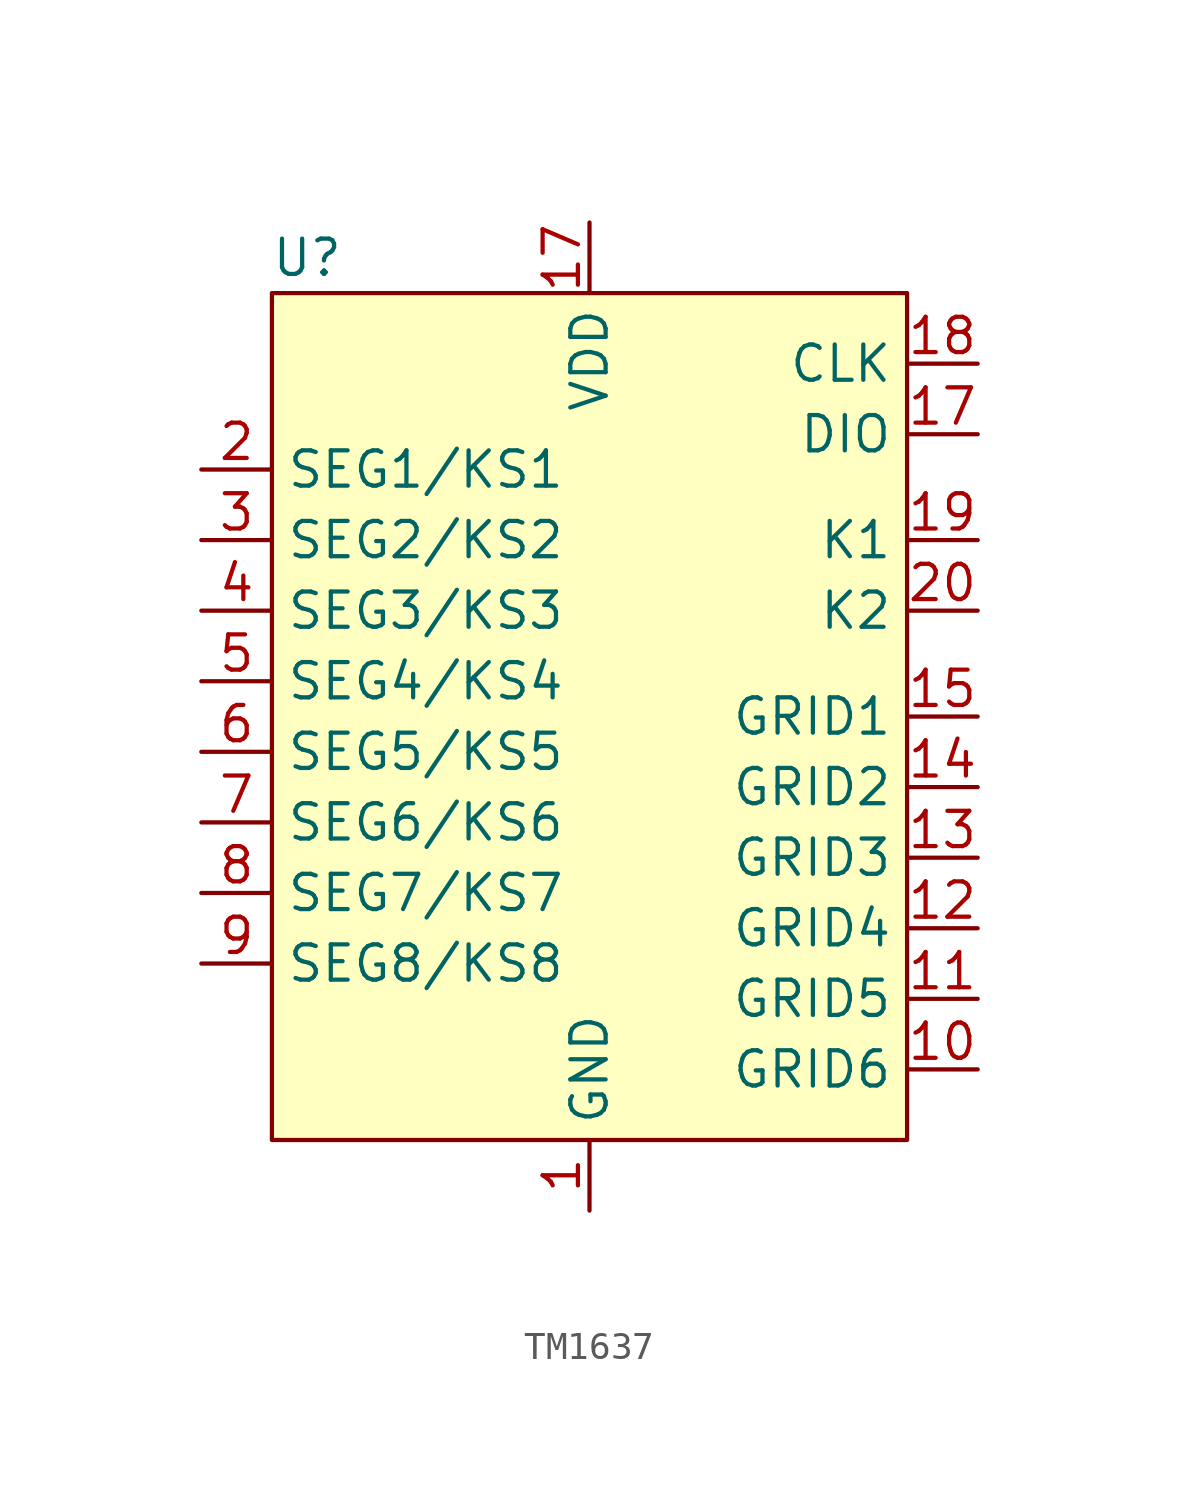
<source format=kicad_sym>
(kicad_symbol_lib
  (version 20220914)
  (generator kicad_symbol_editor)
  (symbol "TM1637"
    (property "Reference" "U"
      (at 1.27 1.27 0)
      (effects (font (size 1.27 1.27))))
    (property "Value" ""
      (at 1.27 2.54 0)
      (effects (font (size 1.27 1.27))))
    (symbol "TM1637_1_1"
      (rectangle (start 0 0) (end 22.86 -30.48) (stroke (width 0) (type default)) (fill (type background)))
      (pin power_in line (at 11.43 -33.02 90) (length 2.54) (name "GND" (effects (font (size 1.27 1.27)))) (number "1" (effects (font (size 1.27 1.27)))))
      (pin input line (at 25.4 -27.94 180) (length 2.54) (name "GRID6" (effects (font (size 1.27 1.27)))) (number "10" (effects (font (size 1.27 1.27)))))
      (pin input line (at 25.4 -25.4 180) (length 2.54) (name "GRID5" (effects (font (size 1.27 1.27)))) (number "11" (effects (font (size 1.27 1.27)))))
      (pin input line (at 25.4 -22.86 180) (length 2.54) (name "GRID4" (effects (font (size 1.27 1.27)))) (number "12" (effects (font (size 1.27 1.27)))))
      (pin input line (at 25.4 -20.32 180) (length 2.54) (name "GRID3" (effects (font (size 1.27 1.27)))) (number "13" (effects (font (size 1.27 1.27)))))
      (pin input line (at 25.4 -17.78 180) (length 2.54) (name "GRID2" (effects (font (size 1.27 1.27)))) (number "14" (effects (font (size 1.27 1.27)))))
      (pin input line (at 25.4 -15.24 180) (length 2.54) (name "GRID1" (effects (font (size 1.27 1.27)))) (number "15" (effects (font (size 1.27 1.27)))))
      (pin bidirectional line (at 25.4 -5.08 180) (length 2.54) (name "DIO" (effects (font (size 1.27 1.27)))) (number "17" (effects (font (size 1.27 1.27)))))
      (pin power_in line (at 11.43 2.54 270) (length 2.54) (name "VDD" (effects (font (size 1.27 1.27)))) (number "17" (effects (font (size 1.27 1.27)))))
      (pin input line (at 25.4 -2.54 180) (length 2.54) (name "CLK" (effects (font (size 1.27 1.27)))) (number "18" (effects (font (size 1.27 1.27)))))
      (pin output line (at 25.4 -8.89 180) (length 2.54) (name "K1" (effects (font (size 1.27 1.27)))) (number "19" (effects (font (size 1.27 1.27)))))
      (pin output line (at -2.54 -6.35 0) (length 2.54) (name "SEG1/KS1" (effects (font (size 1.27 1.27)))) (number "2" (effects (font (size 1.27 1.27)))))
      (pin output line (at 25.4 -11.43 180) (length 2.54) (name "K2" (effects (font (size 1.27 1.27)))) (number "20" (effects (font (size 1.27 1.27)))))
      (pin output line (at -2.54 -8.89 0) (length 2.54) (name "SEG2/KS2" (effects (font (size 1.27 1.27)))) (number "3" (effects (font (size 1.27 1.27)))))
      (pin output line (at -2.54 -11.43 0) (length 2.54) (name "SEG3/KS3" (effects (font (size 1.27 1.27)))) (number "4" (effects (font (size 1.27 1.27)))))
      (pin output line (at -2.54 -13.97 0) (length 2.54) (name "SEG4/KS4" (effects (font (size 1.27 1.27)))) (number "5" (effects (font (size 1.27 1.27)))))
      (pin output line (at -2.54 -16.51 0) (length 2.54) (name "SEG5/KS5" (effects (font (size 1.27 1.27)))) (number "6" (effects (font (size 1.27 1.27)))))
      (pin output line (at -2.54 -19.05 0) (length 2.54) (name "SEG6/KS6" (effects (font (size 1.27 1.27)))) (number "7" (effects (font (size 1.27 1.27)))))
      (pin output line (at -2.54 -21.59 0) (length 2.54) (name "SEG7/KS7" (effects (font (size 1.27 1.27)))) (number "8" (effects (font (size 1.27 1.27)))))
      (pin output line (at -2.54 -24.13 0) (length 2.54) (name "SEG8/KS8" (effects (font (size 1.27 1.27)))) (number "9" (effects (font (size 1.27 1.27))))))))
</source>
